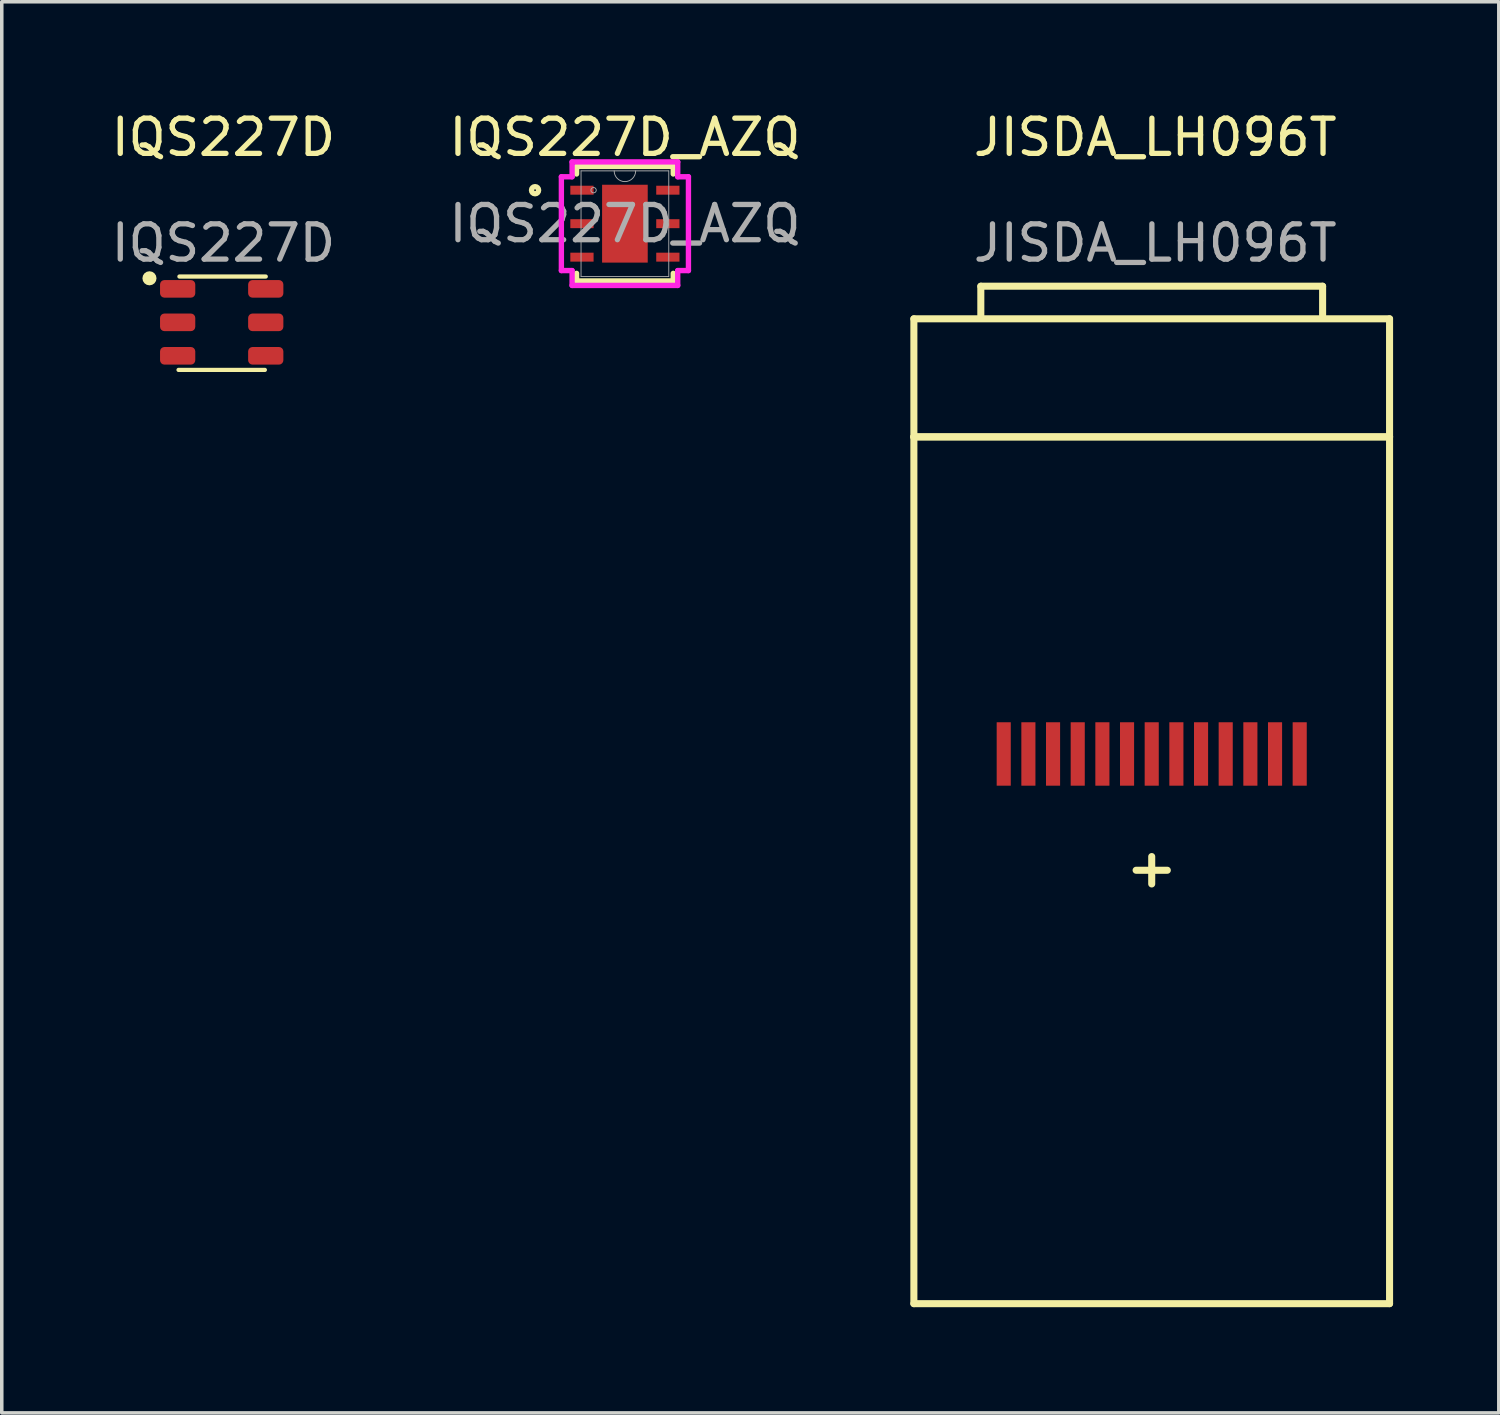
<source format=kicad_pcb>
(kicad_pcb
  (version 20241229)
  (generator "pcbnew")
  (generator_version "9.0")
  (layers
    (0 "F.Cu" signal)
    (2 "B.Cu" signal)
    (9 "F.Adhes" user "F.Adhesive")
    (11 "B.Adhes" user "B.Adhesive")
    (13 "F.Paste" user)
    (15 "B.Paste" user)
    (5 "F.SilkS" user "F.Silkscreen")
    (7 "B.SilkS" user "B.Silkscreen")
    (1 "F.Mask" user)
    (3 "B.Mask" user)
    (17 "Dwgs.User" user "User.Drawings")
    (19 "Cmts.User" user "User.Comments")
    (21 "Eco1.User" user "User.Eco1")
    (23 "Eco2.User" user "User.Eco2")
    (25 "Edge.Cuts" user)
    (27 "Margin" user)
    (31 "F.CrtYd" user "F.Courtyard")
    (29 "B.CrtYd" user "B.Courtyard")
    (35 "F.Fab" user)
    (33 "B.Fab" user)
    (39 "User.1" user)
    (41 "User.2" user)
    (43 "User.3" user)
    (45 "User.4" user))
  (footprint "IQS227D_AZQ"
    (layer "F.Cu")
    (at 14.685 3.298)
    (property "Reference" "IQS227D_AZQ" (at 0 -2.45 0) (unlocked yes) (layer "F.SilkS") (effects (font (size 1 1) (thickness 0.15))))
    (attr smd)
    (fp_line (start -1.372 -1.626) (end -1.372 -1.41) (stroke (width 0.152) (type solid)) (layer "F.SilkS"))
    (fp_line (start -1.372 1.41) (end -1.372 1.626) (stroke (width 0.152) (type solid)) (layer "F.SilkS"))
    (fp_line (start -1.372 1.626) (end 1.372 1.626) (stroke (width 0.152) (type solid)) (layer "F.SilkS"))
    (fp_line (start 1.372 -1.626) (end -1.372 -1.626) (stroke (width 0.152) (type solid)) (layer "F.SilkS"))
    (fp_line (start 1.372 -1.41) (end 1.372 -1.626) (stroke (width 0.152) (type solid)) (layer "F.SilkS"))
    (fp_line (start 1.372 1.626) (end 1.372 1.41) (stroke (width 0.152) (type solid)) (layer "F.SilkS"))
    (fp_circle (center -2.55 -0.95) (end -2.449 -0.95) (stroke (width 0.152) (type solid)) (fill no) (layer "F.SilkS"))
    (fp_line (start -1.803 -1.331) (end -1.499 -1.331) (stroke (width 0.152) (type solid)) (layer "F.CrtYd"))
    (fp_line (start -1.803 1.331) (end -1.803 -1.331) (stroke (width 0.152) (type solid)) (layer "F.CrtYd"))
    (fp_line (start -1.803 1.331) (end -1.499 1.331) (stroke (width 0.152) (type solid)) (layer "F.CrtYd"))
    (fp_line (start -1.499 -1.753) (end 1.499 -1.753) (stroke (width 0.152) (type solid)) (layer "F.CrtYd"))
    (fp_line (start -1.499 -1.331) (end -1.499 -1.753) (stroke (width 0.152) (type solid)) (layer "F.CrtYd"))
    (fp_line (start -1.499 1.753) (end -1.499 1.331) (stroke (width 0.152) (type solid)) (layer "F.CrtYd"))
    (fp_line (start 1.499 -1.753) (end 1.499 -1.331) (stroke (width 0.152) (type solid)) (layer "F.CrtYd"))
    (fp_line (start 1.499 1.331) (end 1.499 1.753) (stroke (width 0.152) (type solid)) (layer "F.CrtYd"))
    (fp_line (start 1.499 1.753) (end -1.499 1.753) (stroke (width 0.152) (type solid)) (layer "F.CrtYd"))
    (fp_line (start 1.803 -1.331) (end 1.499 -1.331) (stroke (width 0.152) (type solid)) (layer "F.CrtYd"))
    (fp_line (start 1.803 -1.331) (end 1.803 1.331) (stroke (width 0.152) (type solid)) (layer "F.CrtYd"))
    (fp_line (start 1.803 1.331) (end 1.499 1.331) (stroke (width 0.152) (type solid)) (layer "F.CrtYd"))
    (fp_line (start -1.245 -1.499) (end -1.245 1.499) (stroke (width 0.025) (type solid)) (layer "F.Fab"))
    (fp_line (start -1.245 1.499) (end 1.245 1.499) (stroke (width 0.025) (type solid)) (layer "F.Fab"))
    (fp_line (start 1.245 -1.499) (end -1.245 -1.499) (stroke (width 0.025) (type solid)) (layer "F.Fab"))
    (fp_line (start 1.245 1.499) (end 1.245 -1.499) (stroke (width 0.025) (type solid)) (layer "F.Fab"))
    (fp_arc (start 0.3048 -1.4986) (mid 0 -1.1938) (end -0.3048 -1.4986) (stroke (width 0.0254) (type solid)) (layer "F.Fab"))
    (fp_circle (center -0.889 -0.95) (end -0.813 -0.95) (stroke (width 0.025) (type solid)) (fill no) (layer "F.Fab"))
    (fp_text user "${REFERENCE}" (at 0 0 0) (unlocked yes) (layer "F.Fab") (effects (font (size 1 1) (thickness 0.15))))
    (pad "1" smd rect (at -1.219 -0.95) (size 0.66 0.254) (layers "F.Cu" "F.Mask" "F.Paste"))
    (pad "2" smd rect (at -1.219 0) (size 0.66 0.254) (layers "F.Cu" "F.Mask" "F.Paste"))
    (pad "3" smd rect (at -1.219 0.95) (size 0.66 0.254) (layers "F.Cu" "F.Mask" "F.Paste"))
    (pad "4" smd rect (at 1.219 0.95) (size 0.66 0.254) (layers "F.Cu" "F.Mask" "F.Paste"))
    (pad "5" smd rect (at 1.219 0) (size 0.66 0.254) (layers "F.Cu" "F.Mask" "F.Paste"))
    (pad "6" smd rect (at 1.219 -0.95) (size 0.66 0.254) (layers "F.Cu" "F.Mask" "F.Paste"))
    (pad "7" smd rect (at 0 0) (size 1.295 2.21) (layers "F.Cu" "F.Mask" "F.Paste")))
  (footprint "JISDA_LH096T"
    (layer "F.Cu")
    (at 29.636 21.648)
    (property "Reference" "JISDA_LH096T" (at 0.1 -20.8 0) (unlocked yes) (layer "F.SilkS") (effects (font (size 1 1) (thickness 0.15))))
    (attr smd)
    (fp_line (start -6.75 -15.65) (end 6.75 -15.65) (stroke (width 0.2) (type solid)) (layer "F.SilkS"))
    (fp_line (start -6.75 -12.3) (end -6.75 -15.65) (stroke (width 0.2) (type solid)) (layer "F.SilkS"))
    (fp_line (start -6.75 -12.3) (end 6.75 -12.3) (stroke (width 0.2) (type solid)) (layer "F.SilkS"))
    (fp_line (start -6.75 12.3) (end -6.75 -12.3) (stroke (width 0.2) (type solid)) (layer "F.SilkS"))
    (fp_line (start -4.85 -15.75) (end -4.85 -16.575) (stroke (width 0.2) (type solid)) (layer "F.SilkS"))
    (fp_line (start 0 -0.389) (end 0 0.389) (stroke (width 0.2) (type solid)) (layer "F.SilkS"))
    (fp_line (start 0.443 0) (end -0.443 0) (stroke (width 0.2) (type solid)) (layer "F.SilkS"))
    (fp_line (start 4.85 -16.575) (end -4.85 -16.575) (stroke (width 0.2) (type solid)) (layer "F.SilkS"))
    (fp_line (start 4.85 -16.575) (end 4.85 -15.75) (stroke (width 0.2) (type solid)) (layer "F.SilkS"))
    (fp_line (start 6.75 -15.65) (end 6.75 -12.3) (stroke (width 0.2) (type solid)) (layer "F.SilkS"))
    (fp_line (start 6.75 -12.3) (end -6.75 -12.3) (stroke (width 0.2) (type solid)) (layer "F.SilkS"))
    (fp_line (start 6.75 -12.3) (end 6.75 12.3) (stroke (width 0.2) (type solid)) (layer "F.SilkS"))
    (fp_line (start 6.75 12.3) (end -6.75 12.3) (stroke (width 0.2) (type solid)) (layer "F.SilkS"))
    (fp_text user "${REFERENCE}" (at 0.1 -17.8 0) (unlocked yes) (layer "F.Fab") (effects (font (size 1 1) (thickness 0.15))))
    (pad "1" smd rect (at -4.2 -3.3 180) (size 0.4 1.8) (layers "F.Cu" "F.Mask" "F.Paste"))
    (pad "2" smd rect (at -3.5 -3.3 180) (size 0.4 1.8) (layers "F.Cu" "F.Mask" "F.Paste"))
    (pad "3" smd rect (at -2.8 -3.3 180) (size 0.4 1.8) (layers "F.Cu" "F.Mask" "F.Paste"))
    (pad "4" smd rect (at -2.1 -3.3 180) (size 0.4 1.8) (layers "F.Cu" "F.Mask" "F.Paste"))
    (pad "5" smd rect (at -1.4 -3.3 180) (size 0.4 1.8) (layers "F.Cu" "F.Mask" "F.Paste"))
    (pad "6" smd rect (at -0.7 -3.3 180) (size 0.4 1.8) (layers "F.Cu" "F.Mask" "F.Paste"))
    (pad "7" smd rect (at 0 -3.3 180) (size 0.4 1.8) (layers "F.Cu" "F.Mask" "F.Paste"))
    (pad "8" smd rect (at 0.7 -3.3 180) (size 0.4 1.8) (layers "F.Cu" "F.Mask" "F.Paste"))
    (pad "9" smd rect (at 1.4 -3.3 180) (size 0.4 1.8) (layers "F.Cu" "F.Mask" "F.Paste"))
    (pad "10" smd rect (at 2.1 -3.3 180) (size 0.4 1.8) (layers "F.Cu" "F.Mask" "F.Paste"))
    (pad "11" smd rect (at 2.8 -3.3 180) (size 0.4 1.8) (layers "F.Cu" "F.Mask" "F.Paste"))
    (pad "12" smd rect (at 3.5 -3.3 180) (size 0.4 1.8) (layers "F.Cu" "F.Mask" "F.Paste"))
    (pad "13" smd rect (at 4.2 -3.3 180) (size 0.4 1.8) (layers "F.Cu" "F.Mask" "F.Paste")))
  (footprint "IQS227D"
    (layer "F.Cu")
    (at 3.242 6.098)
    (property "Reference" "IQS227D" (at 0.05 -5.25 0) (unlocked yes) (layer "F.SilkS") (effects (font (size 1 1) (thickness 0.15))))
    (attr smd)
    (fp_line (start -1.225 1.35) (end 1.225 1.35) (stroke (width 0.12) (type default)) (layer "F.SilkS"))
    (fp_line (start -1.2 -1.3) (end 1.25 -1.3) (stroke (width 0.12) (type default)) (layer "F.SilkS"))
    (fp_circle (center -2.05 -1.25) (end -1.95 -1.25) (stroke (width 0.2) (type solid)) (fill no) (layer "F.SilkS"))
    (fp_text user "${REFERENCE}" (at 0.05 -2.25 0) (unlocked yes) (layer "F.Fab") (effects (font (size 1 1) (thickness 0.15))))
    (pad "1" smd roundrect (at -1.25 -0.95) (size 1 0.5) (layers "F.Cu" "F.Mask" "F.Paste") (roundrect_rratio 0.25))
    (pad "2" smd roundrect (at -1.25 0) (size 1 0.5) (layers "F.Cu" "F.Mask" "F.Paste") (roundrect_rratio 0.25))
    (pad "3" smd roundrect (at -1.25 0.95) (size 1 0.5) (layers "F.Cu" "F.Mask" "F.Paste") (roundrect_rratio 0.25))
    (pad "4" smd roundrect (at 1.25 0.95) (size 1 0.5) (layers "F.Cu" "F.Mask" "F.Paste") (roundrect_rratio 0.25))
    (pad "5" smd roundrect (at 1.25 0) (size 1 0.5) (layers "F.Cu" "F.Mask" "F.Paste") (roundrect_rratio 0.25))
    (pad "6" smd roundrect (at 1.25 -0.95) (size 1 0.5) (layers "F.Cu" "F.Mask" "F.Paste") (roundrect_rratio 0.25)))
  (gr_rect
    (start -3 -3)
    (end 39.486 37.048)
    (stroke (width 0.1) (type default))
    (fill no)
    (layer "Edge.Cuts")))
</source>
